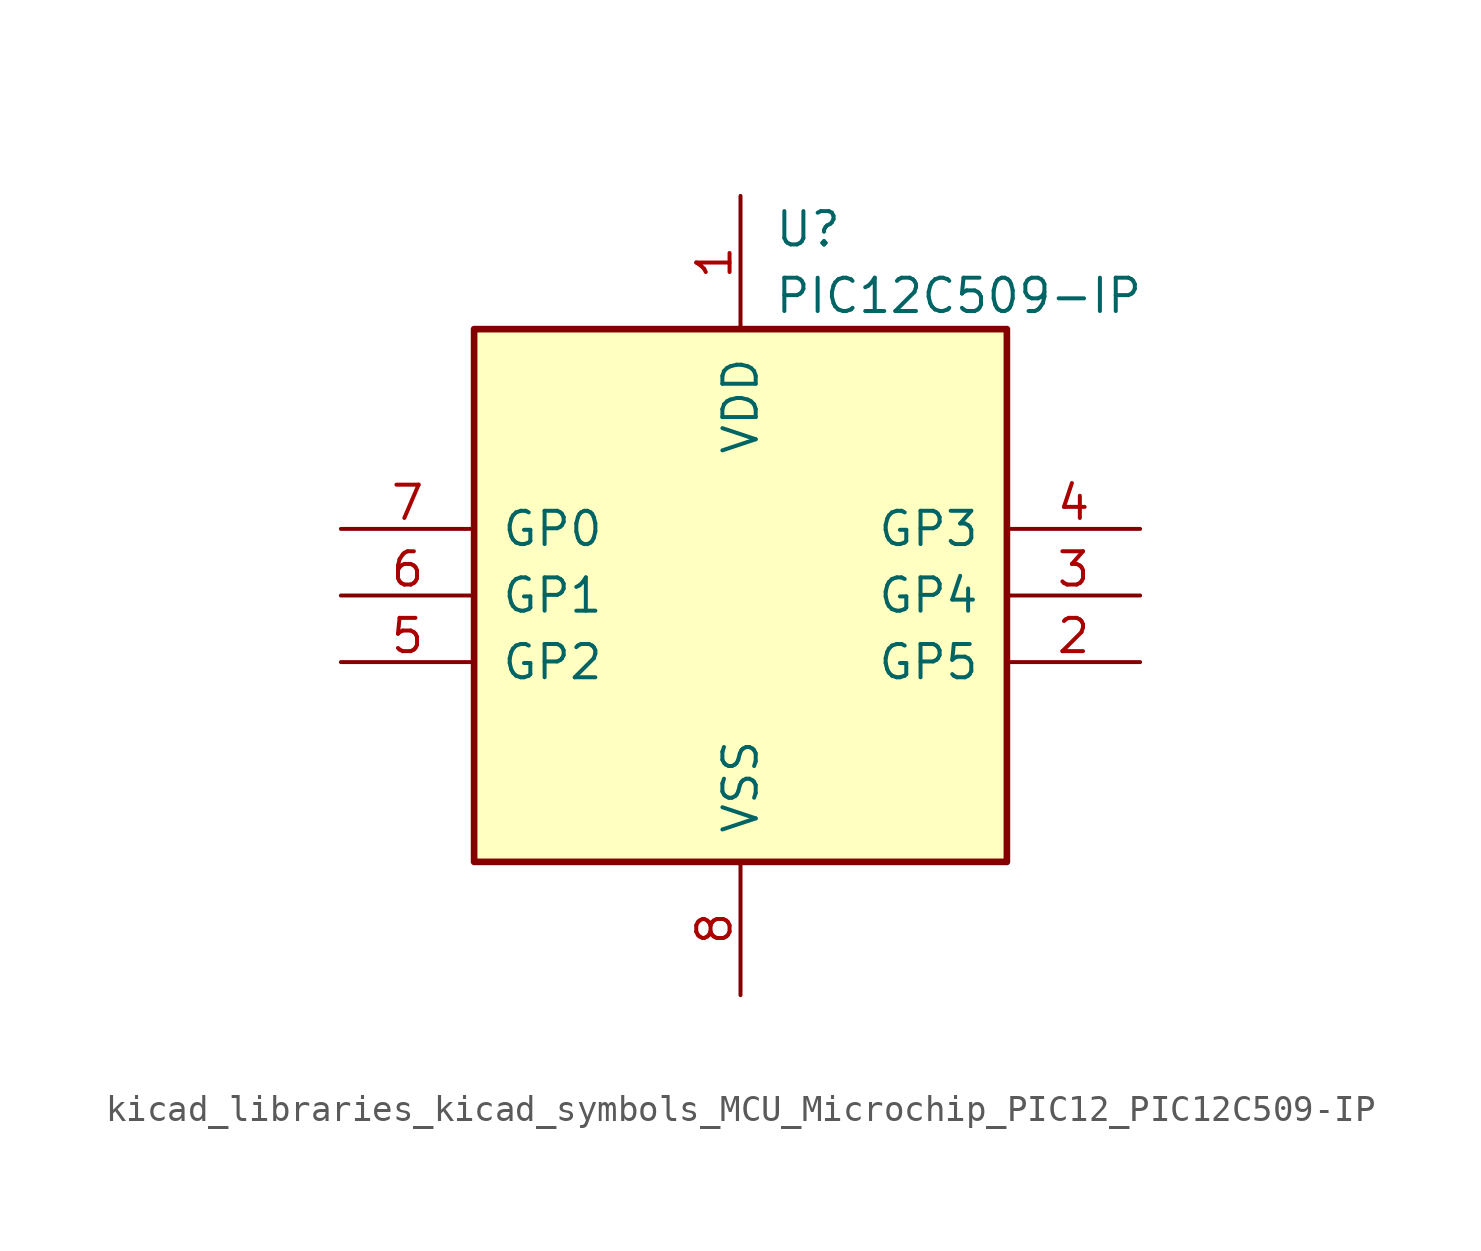
<source format=kicad_sym>
(kicad_symbol_lib
  (version 20220914)
  (generator kicad_symbol_editor)
  (symbol "kicad_libraries_kicad_symbols_MCU_Microchip_PIC12_PIC12C509-IP"
    (pin_names
      (offset 1.016))
    (property "Reference" "U"
      (at 1.27 13.97 0)
      (effects (font (size 1.27 1.27)) (justify left)))
    (property "Value" "PIC12C509-IP"
      (at 1.27 11.43 0)
      (effects (font (size 1.27 1.27)) (justify left)))
    (symbol "kicad_libraries_kicad_symbols_MCU_Microchip_PIC12_PIC12C509-IP_0_1"
      (rectangle (start 10.16 -10.16) (end -10.16 10.16) (stroke (width 0.254) (type default)) (fill (type background))))
    (symbol "kicad_libraries_kicad_symbols_MCU_Microchip_PIC12_PIC12C509-IP_1_1"
      (pin power_in line (at 0 15.24 270) (length 5.08) (name "VDD" (effects (font (size 1.27 1.27)))) (number "1" (effects (font (size 1.27 1.27)))))
      (pin bidirectional line (at 15.24 -2.54 180) (length 5.08) (name "GP5" (effects (font (size 1.27 1.27)))) (number "2" (effects (font (size 1.27 1.27)))))
      (pin bidirectional line (at 15.24 0 180) (length 5.08) (name "GP4" (effects (font (size 1.27 1.27)))) (number "3" (effects (font (size 1.27 1.27)))))
      (pin input line (at 15.24 2.54 180) (length 5.08) (name "GP3" (effects (font (size 1.27 1.27)))) (number "4" (effects (font (size 1.27 1.27)))))
      (pin bidirectional line (at -15.24 -2.54 0) (length 5.08) (name "GP2" (effects (font (size 1.27 1.27)))) (number "5" (effects (font (size 1.27 1.27)))))
      (pin bidirectional line (at -15.24 0 0) (length 5.08) (name "GP1" (effects (font (size 1.27 1.27)))) (number "6" (effects (font (size 1.27 1.27)))))
      (pin bidirectional line (at -15.24 2.54 0) (length 5.08) (name "GP0" (effects (font (size 1.27 1.27)))) (number "7" (effects (font (size 1.27 1.27)))))
      (pin power_in line (at 0 -15.24 90) (length 5.08) (name "VSS" (effects (font (size 1.27 1.27)))) (number "8" (effects (font (size 1.27 1.27))))))))
</source>
